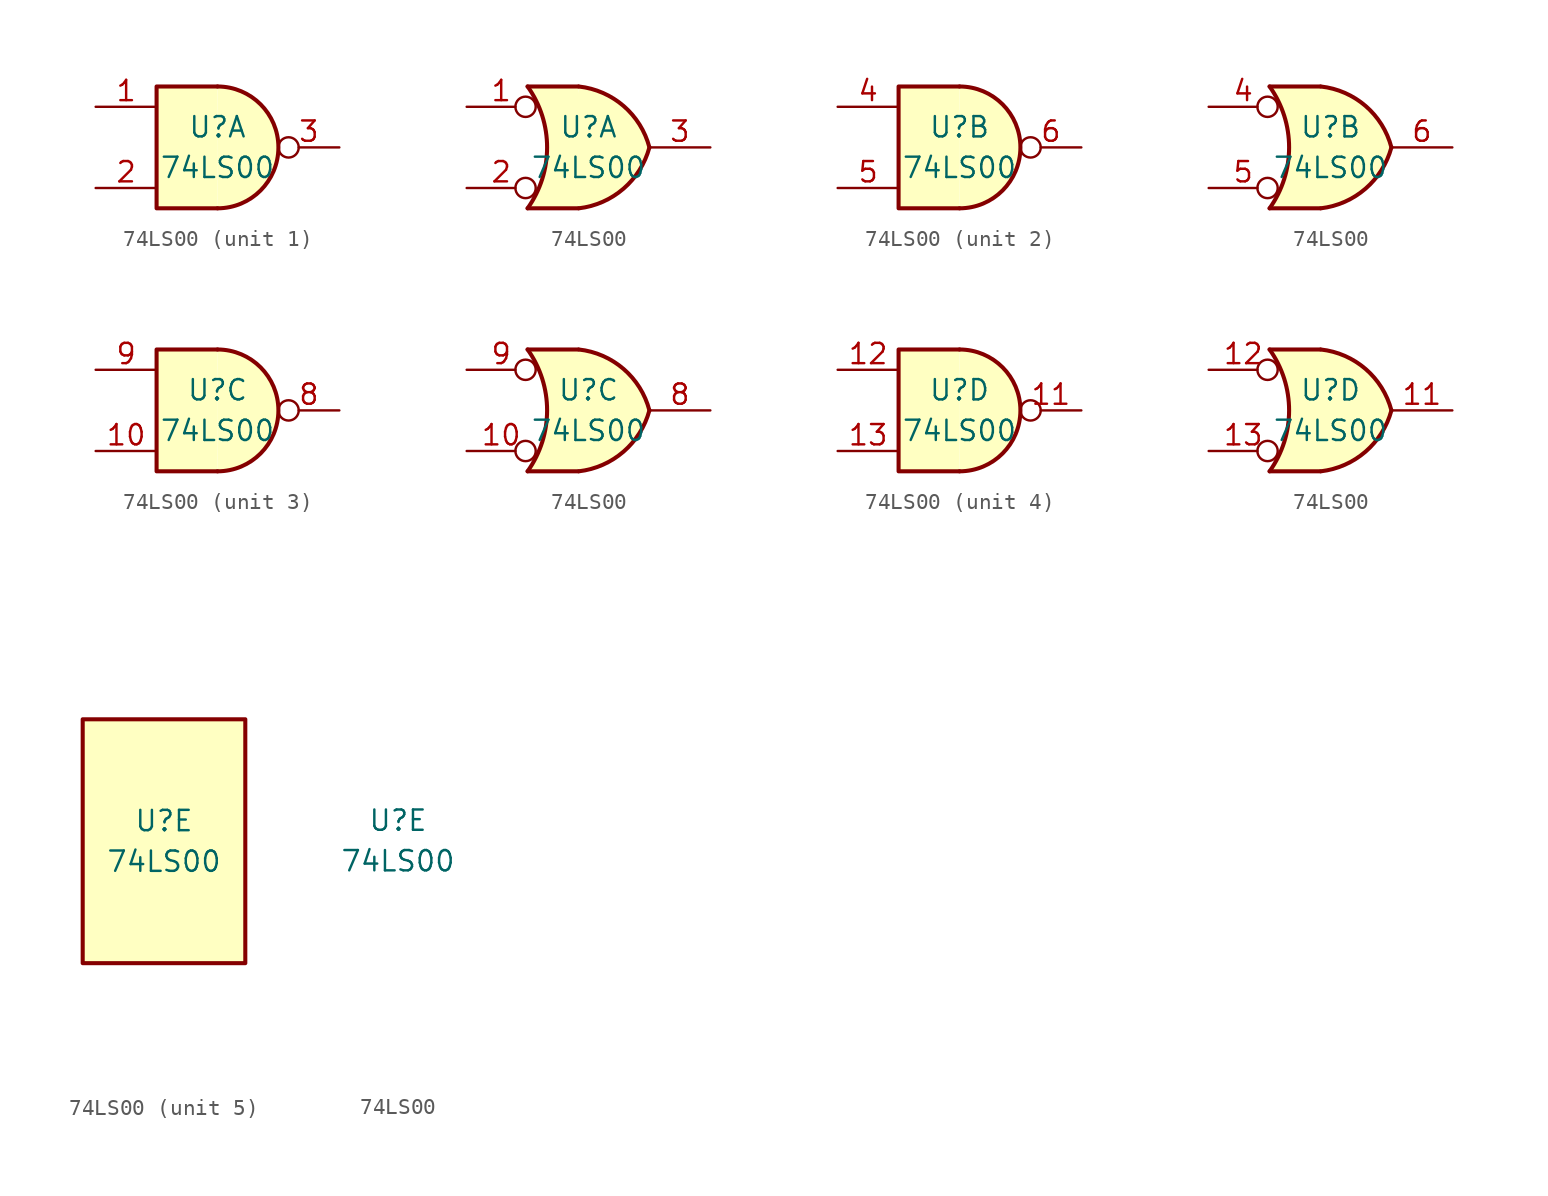
<source format=kicad_sym>
(kicad_symbol_lib
  (version 20211014)
  (generator kicad_symbol_editor)
  (symbol "74LS00"
    (pin_names
      (offset 1.016))
    (property "Reference" "U"
      (at 0 1.27 0)
      (effects (font (size 1.27 1.27))))
    (property "Value" "74LS00"
      (at 0 -1.27 0)
      (effects (font (size 1.27 1.27))))
    (property "ki_locked" ""
      (at 0 0 0)
      (effects (font (size 1.27 1.27))))
    (symbol "74LS00_1_1"
      (arc (start 0 -3.81) (mid 3.81 0) (end 0 3.81) (stroke (width 0.254) (type default) (color 0 0 0 0)) (fill (type background)))
      (polyline (pts (xy 0 3.81) (xy -3.81 3.81) (xy -3.81 -3.81) (xy 0 -3.81)) (stroke (width 0.254) (type default) (color 0 0 0 0)) (fill (type background)))
      (pin input line (at -7.62 2.54 0) (length 3.81) (name "~" (effects (font (size 1.27 1.27)))) (number "1" (effects (font (size 1.27 1.27)))))
      (pin input line (at -7.62 -2.54 0) (length 3.81) (name "~" (effects (font (size 1.27 1.27)))) (number "2" (effects (font (size 1.27 1.27)))))
      (pin output inverted (at 7.62 0 180) (length 3.81) (name "~" (effects (font (size 1.27 1.27)))) (number "3" (effects (font (size 1.27 1.27))))))
    (symbol "74LS00_1_2"
      (arc (start -3.81 -3.81) (mid -2.589 0) (end -3.81 3.81) (stroke (width 0.254) (type default) (color 0 0 0 0)) (fill (type none)))
      (arc (start -0.6096 -3.81) (mid 2.1842 -2.5851) (end 3.81 0) (stroke (width 0.254) (type default) (color 0 0 0 0)) (fill (type background)))
      (polyline (pts (xy -3.81 -3.81) (xy -0.635 -3.81)) (stroke (width 0.254) (type default) (color 0 0 0 0)) (fill (type background)))
      (polyline (pts (xy -3.81 3.81) (xy -0.635 3.81)) (stroke (width 0.254) (type default) (color 0 0 0 0)) (fill (type background)))
      (polyline (pts (xy -0.635 3.81) (xy -3.81 3.81) (xy -3.81 3.81) (xy -3.556 3.404) (xy -3.023 2.261) (xy -2.692 1.041) (xy -2.616 -0.254) (xy -2.769 -1.499) (xy -3.175 -2.718) (xy -3.81 -3.81) (xy -3.81 -3.81) (xy -0.635 -3.81)) (stroke (width -25.4) (type default) (color 0 0 0 0)) (fill (type background)))
      (arc (start 3.81 0) (mid 2.1915 2.5936) (end -0.6096 3.81) (stroke (width 0.254) (type default) (color 0 0 0 0)) (fill (type background)))
      (pin input inverted (at -7.62 2.54 0) (length 4.318) (name "~" (effects (font (size 1.27 1.27)))) (number "1" (effects (font (size 1.27 1.27)))))
      (pin input inverted (at -7.62 -2.54 0) (length 4.318) (name "~" (effects (font (size 1.27 1.27)))) (number "2" (effects (font (size 1.27 1.27)))))
      (pin output line (at 7.62 0 180) (length 3.81) (name "~" (effects (font (size 1.27 1.27)))) (number "3" (effects (font (size 1.27 1.27))))))
    (symbol "74LS00_2_1"
      (arc (start 0 -3.81) (mid 3.81 0) (end 0 3.81) (stroke (width 0.254) (type default) (color 0 0 0 0)) (fill (type background)))
      (polyline (pts (xy 0 3.81) (xy -3.81 3.81) (xy -3.81 -3.81) (xy 0 -3.81)) (stroke (width 0.254) (type default) (color 0 0 0 0)) (fill (type background)))
      (pin input line (at -7.62 2.54 0) (length 3.81) (name "~" (effects (font (size 1.27 1.27)))) (number "4" (effects (font (size 1.27 1.27)))))
      (pin input line (at -7.62 -2.54 0) (length 3.81) (name "~" (effects (font (size 1.27 1.27)))) (number "5" (effects (font (size 1.27 1.27)))))
      (pin output inverted (at 7.62 0 180) (length 3.81) (name "~" (effects (font (size 1.27 1.27)))) (number "6" (effects (font (size 1.27 1.27))))))
    (symbol "74LS00_2_2"
      (arc (start -3.81 -3.81) (mid -2.589 0) (end -3.81 3.81) (stroke (width 0.254) (type default) (color 0 0 0 0)) (fill (type none)))
      (arc (start -0.6096 -3.81) (mid 2.1842 -2.5851) (end 3.81 0) (stroke (width 0.254) (type default) (color 0 0 0 0)) (fill (type background)))
      (polyline (pts (xy -3.81 -3.81) (xy -0.635 -3.81)) (stroke (width 0.254) (type default) (color 0 0 0 0)) (fill (type background)))
      (polyline (pts (xy -3.81 3.81) (xy -0.635 3.81)) (stroke (width 0.254) (type default) (color 0 0 0 0)) (fill (type background)))
      (polyline (pts (xy -0.635 3.81) (xy -3.81 3.81) (xy -3.81 3.81) (xy -3.556 3.404) (xy -3.023 2.261) (xy -2.692 1.041) (xy -2.616 -0.254) (xy -2.769 -1.499) (xy -3.175 -2.718) (xy -3.81 -3.81) (xy -3.81 -3.81) (xy -0.635 -3.81)) (stroke (width -25.4) (type default) (color 0 0 0 0)) (fill (type background)))
      (arc (start 3.81 0) (mid 2.1915 2.5936) (end -0.6096 3.81) (stroke (width 0.254) (type default) (color 0 0 0 0)) (fill (type background)))
      (pin input inverted (at -7.62 2.54 0) (length 4.318) (name "~" (effects (font (size 1.27 1.27)))) (number "4" (effects (font (size 1.27 1.27)))))
      (pin input inverted (at -7.62 -2.54 0) (length 4.318) (name "~" (effects (font (size 1.27 1.27)))) (number "5" (effects (font (size 1.27 1.27)))))
      (pin output line (at 7.62 0 180) (length 3.81) (name "~" (effects (font (size 1.27 1.27)))) (number "6" (effects (font (size 1.27 1.27))))))
    (symbol "74LS00_3_1"
      (arc (start 0 -3.81) (mid 3.81 0) (end 0 3.81) (stroke (width 0.254) (type default) (color 0 0 0 0)) (fill (type background)))
      (polyline (pts (xy 0 3.81) (xy -3.81 3.81) (xy -3.81 -3.81) (xy 0 -3.81)) (stroke (width 0.254) (type default) (color 0 0 0 0)) (fill (type background)))
      (pin input line (at -7.62 -2.54 0) (length 3.81) (name "~" (effects (font (size 1.27 1.27)))) (number "10" (effects (font (size 1.27 1.27)))))
      (pin output inverted (at 7.62 0 180) (length 3.81) (name "~" (effects (font (size 1.27 1.27)))) (number "8" (effects (font (size 1.27 1.27)))))
      (pin input line (at -7.62 2.54 0) (length 3.81) (name "~" (effects (font (size 1.27 1.27)))) (number "9" (effects (font (size 1.27 1.27))))))
    (symbol "74LS00_3_2"
      (arc (start -3.81 -3.81) (mid -2.589 0) (end -3.81 3.81) (stroke (width 0.254) (type default) (color 0 0 0 0)) (fill (type none)))
      (arc (start -0.6096 -3.81) (mid 2.1842 -2.5851) (end 3.81 0) (stroke (width 0.254) (type default) (color 0 0 0 0)) (fill (type background)))
      (polyline (pts (xy -3.81 -3.81) (xy -0.635 -3.81)) (stroke (width 0.254) (type default) (color 0 0 0 0)) (fill (type background)))
      (polyline (pts (xy -3.81 3.81) (xy -0.635 3.81)) (stroke (width 0.254) (type default) (color 0 0 0 0)) (fill (type background)))
      (polyline (pts (xy -0.635 3.81) (xy -3.81 3.81) (xy -3.81 3.81) (xy -3.556 3.404) (xy -3.023 2.261) (xy -2.692 1.041) (xy -2.616 -0.254) (xy -2.769 -1.499) (xy -3.175 -2.718) (xy -3.81 -3.81) (xy -3.81 -3.81) (xy -0.635 -3.81)) (stroke (width -25.4) (type default) (color 0 0 0 0)) (fill (type background)))
      (arc (start 3.81 0) (mid 2.1915 2.5936) (end -0.6096 3.81) (stroke (width 0.254) (type default) (color 0 0 0 0)) (fill (type background)))
      (pin input inverted (at -7.62 -2.54 0) (length 4.318) (name "~" (effects (font (size 1.27 1.27)))) (number "10" (effects (font (size 1.27 1.27)))))
      (pin output line (at 7.62 0 180) (length 3.81) (name "~" (effects (font (size 1.27 1.27)))) (number "8" (effects (font (size 1.27 1.27)))))
      (pin input inverted (at -7.62 2.54 0) (length 4.318) (name "~" (effects (font (size 1.27 1.27)))) (number "9" (effects (font (size 1.27 1.27))))))
    (symbol "74LS00_4_1"
      (arc (start 0 -3.81) (mid 3.81 0) (end 0 3.81) (stroke (width 0.254) (type default) (color 0 0 0 0)) (fill (type background)))
      (polyline (pts (xy 0 3.81) (xy -3.81 3.81) (xy -3.81 -3.81) (xy 0 -3.81)) (stroke (width 0.254) (type default) (color 0 0 0 0)) (fill (type background)))
      (pin output inverted (at 7.62 0 180) (length 3.81) (name "~" (effects (font (size 1.27 1.27)))) (number "11" (effects (font (size 1.27 1.27)))))
      (pin input line (at -7.62 2.54 0) (length 3.81) (name "~" (effects (font (size 1.27 1.27)))) (number "12" (effects (font (size 1.27 1.27)))))
      (pin input line (at -7.62 -2.54 0) (length 3.81) (name "~" (effects (font (size 1.27 1.27)))) (number "13" (effects (font (size 1.27 1.27))))))
    (symbol "74LS00_4_2"
      (arc (start -3.81 -3.81) (mid -2.589 0) (end -3.81 3.81) (stroke (width 0.254) (type default) (color 0 0 0 0)) (fill (type none)))
      (arc (start -0.6096 -3.81) (mid 2.1842 -2.5851) (end 3.81 0) (stroke (width 0.254) (type default) (color 0 0 0 0)) (fill (type background)))
      (polyline (pts (xy -3.81 -3.81) (xy -0.635 -3.81)) (stroke (width 0.254) (type default) (color 0 0 0 0)) (fill (type background)))
      (polyline (pts (xy -3.81 3.81) (xy -0.635 3.81)) (stroke (width 0.254) (type default) (color 0 0 0 0)) (fill (type background)))
      (polyline (pts (xy -0.635 3.81) (xy -3.81 3.81) (xy -3.81 3.81) (xy -3.556 3.404) (xy -3.023 2.261) (xy -2.692 1.041) (xy -2.616 -0.254) (xy -2.769 -1.499) (xy -3.175 -2.718) (xy -3.81 -3.81) (xy -3.81 -3.81) (xy -0.635 -3.81)) (stroke (width -25.4) (type default) (color 0 0 0 0)) (fill (type background)))
      (arc (start 3.81 0) (mid 2.1915 2.5936) (end -0.6096 3.81) (stroke (width 0.254) (type default) (color 0 0 0 0)) (fill (type background)))
      (pin output line (at 7.62 0 180) (length 3.81) (name "~" (effects (font (size 1.27 1.27)))) (number "11" (effects (font (size 1.27 1.27)))))
      (pin input inverted (at -7.62 2.54 0) (length 4.318) (name "~" (effects (font (size 1.27 1.27)))) (number "12" (effects (font (size 1.27 1.27)))))
      (pin input inverted (at -7.62 -2.54 0) (length 4.318) (name "~" (effects (font (size 1.27 1.27)))) (number "13" (effects (font (size 1.27 1.27))))))
    (symbol "74LS00_5_0"
      (pin input line (at 0 12.7 270) (length 5.08) hide (name "VCC" (effects (font (size 1.27 1.27)))) (number "14" (effects (font (size 1.27 1.27)))))
      (pin input line (at 0 -12.7 90) (length 5.08) hide (name "GND" (effects (font (size 1.27 1.27)))) (number "7" (effects (font (size 1.27 1.27))))))
    (symbol "74LS00_5_1"
      (rectangle (start -5.08 7.62) (end 5.08 -7.62) (stroke (width 0.254) (type default) (color 0 0 0 0)) (fill (type background))))))
</source>
